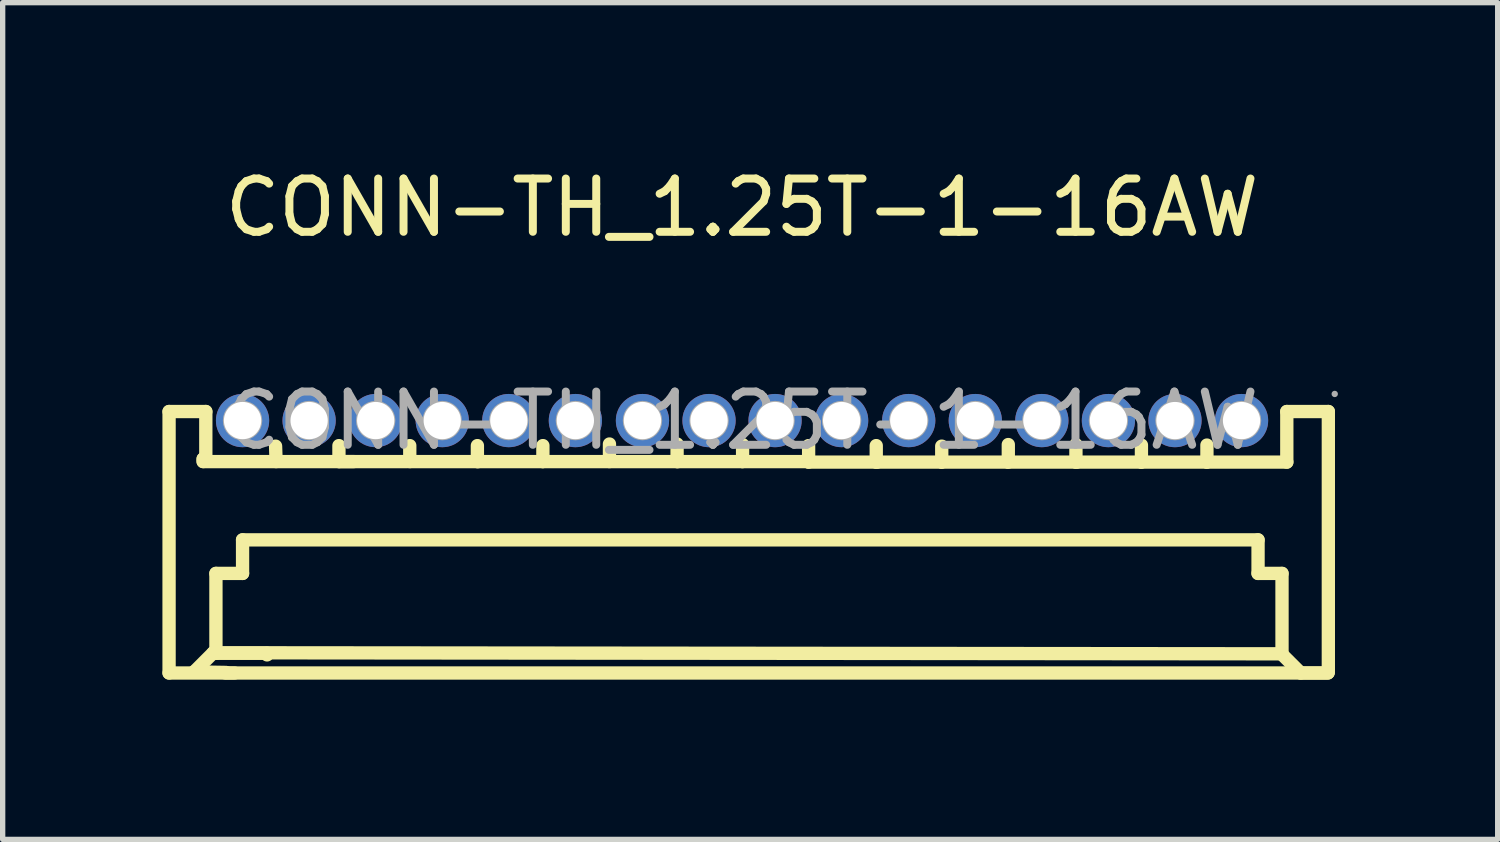
<source format=kicad_pcb>
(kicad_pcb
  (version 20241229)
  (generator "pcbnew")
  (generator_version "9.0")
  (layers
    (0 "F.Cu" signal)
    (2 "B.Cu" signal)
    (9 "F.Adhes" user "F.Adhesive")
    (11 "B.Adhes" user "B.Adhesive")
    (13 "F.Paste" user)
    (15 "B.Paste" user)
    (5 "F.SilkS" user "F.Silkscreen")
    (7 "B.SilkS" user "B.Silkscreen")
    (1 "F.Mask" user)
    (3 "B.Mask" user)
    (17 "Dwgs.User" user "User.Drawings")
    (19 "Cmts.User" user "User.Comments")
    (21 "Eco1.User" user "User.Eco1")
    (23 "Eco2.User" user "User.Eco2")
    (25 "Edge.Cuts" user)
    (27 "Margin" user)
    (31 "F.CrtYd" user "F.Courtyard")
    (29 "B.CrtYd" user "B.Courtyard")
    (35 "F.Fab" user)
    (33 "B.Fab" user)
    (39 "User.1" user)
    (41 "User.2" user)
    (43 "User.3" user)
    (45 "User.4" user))
  (footprint "CONN-TH_1.25T-1-16AW"
    (layer "F.Cu")
    (at 10.885 4.848)
    (property "Reference" "CONN-TH_1.25T-1-16AW" (at 0 -4 0) (layer "F.SilkS") (effects (font (size 1 1) (thickness 0.15))))
    (attr through_hole)
    (fp_line (start -10.76 -0.17) (end -10.07 -0.17) (stroke (width 0.25) (type solid)) (layer "F.SilkS"))
    (fp_line (start -10.76 4.74) (end -10.76 -0.17) (stroke (width 0.25) (type solid)) (layer "F.SilkS"))
    (fp_line (start -10.29 4.72) (end -9.69 4.73) (stroke (width 0.25) (type solid)) (layer "F.SilkS"))
    (fp_line (start -10.12 0.72) (end -10.12 0.77) (stroke (width 0.25) (type solid)) (layer "F.SilkS"))
    (fp_line (start -10.12 0.77) (end -7.29 0.77) (stroke (width 0.25) (type solid)) (layer "F.SilkS"))
    (fp_line (start -10.07 -0.17) (end -10.07 0.72) (stroke (width 0.25) (type solid)) (layer "F.SilkS"))
    (fp_line (start -10.07 0.72) (end -10.12 0.72) (stroke (width 0.25) (type solid)) (layer "F.SilkS"))
    (fp_line (start -9.93 4.36) (end -10.29 4.72) (stroke (width 0.25) (type solid)) (layer "F.SilkS"))
    (fp_line (start -9.88 2.87) (end -9.88 4.37) (stroke (width 0.25) (type solid)) (layer "F.SilkS"))
    (fp_line (start -9.88 4.37) (end -8.92 4.37) (stroke (width 0.25) (type solid)) (layer "F.SilkS"))
    (fp_line (start -9.53 4.74) (end -10.76 4.74) (stroke (width 0.25) (type solid)) (layer "F.SilkS"))
    (fp_line (start -9.38 2.24) (end -9.38 2.87) (stroke (width 0.25) (type solid)) (layer "F.SilkS"))
    (fp_line (start -9.38 2.87) (end -9.88 2.87) (stroke (width 0.25) (type solid)) (layer "F.SilkS"))
    (fp_line (start -8.92 4.37) (end -8.92 4.4) (stroke (width 0.25) (type solid)) (layer "F.SilkS"))
    (fp_line (start -8.75 0.77) (end -8.76 0.48) (stroke (width 0.25) (type solid)) (layer "F.SilkS"))
    (fp_line (start -7.57 0.77) (end -7.57 0.47) (stroke (width 0.25) (type solid)) (layer "F.SilkS"))
    (fp_line (start -6.28 0.77) (end -7.57 0.77) (stroke (width 0.25) (type solid)) (layer "F.SilkS"))
    (fp_line (start -6.24 0.77) (end -6.24 0.47) (stroke (width 0.25) (type solid)) (layer "F.SilkS"))
    (fp_line (start -4.97 0.77) (end -4.97 0.47) (stroke (width 0.25) (type solid)) (layer "F.SilkS"))
    (fp_line (start -4.95 0.77) (end -6.24 0.77) (stroke (width 0.25) (type solid)) (layer "F.SilkS"))
    (fp_line (start -3.75 0.77) (end -4.97 0.77) (stroke (width 0.25) (type solid)) (layer "F.SilkS"))
    (fp_line (start -3.74 0.77) (end -3.74 0.47) (stroke (width 0.25) (type solid)) (layer "F.SilkS"))
    (fp_line (start -2.52 0.77) (end -3.74 0.77) (stroke (width 0.25) (type solid)) (layer "F.SilkS"))
    (fp_line (start -2.49 0.77) (end -2.49 0.44) (stroke (width 0.25) (type solid)) (layer "F.SilkS"))
    (fp_line (start -1.22 0.77) (end -1.22 0.44) (stroke (width 0.25) (type solid)) (layer "F.SilkS"))
    (fp_line (start -1.2 0.77) (end -2.49 0.77) (stroke (width 0.25) (type solid)) (layer "F.SilkS"))
    (fp_line (start 0 0.77) (end -1.22 0.77) (stroke (width 0.25) (type solid)) (layer "F.SilkS"))
    (fp_line (start 0.01 0.77) (end 0.01 0.45) (stroke (width 0.25) (type solid)) (layer "F.SilkS"))
    (fp_line (start 1.23 0.77) (end 0.01 0.77) (stroke (width 0.25) (type solid)) (layer "F.SilkS"))
    (fp_line (start 1.25 0.78) (end 1.25 0.47) (stroke (width 0.25) (type solid)) (layer "F.SilkS"))
    (fp_line (start 2.52 0.78) (end 2.52 0.47) (stroke (width 0.25) (type solid)) (layer "F.SilkS"))
    (fp_line (start 2.54 0.78) (end 1.25 0.78) (stroke (width 0.25) (type solid)) (layer "F.SilkS"))
    (fp_line (start 3.74 0.78) (end 2.52 0.78) (stroke (width 0.25) (type solid)) (layer "F.SilkS"))
    (fp_line (start 3.75 0.78) (end 3.75 0.48) (stroke (width 0.25) (type solid)) (layer "F.SilkS"))
    (fp_line (start 4.97 0.78) (end 3.75 0.78) (stroke (width 0.25) (type solid)) (layer "F.SilkS"))
    (fp_line (start 5 0.78) (end 5 0.45) (stroke (width 0.25) (type solid)) (layer "F.SilkS"))
    (fp_line (start 6.27 0.78) (end 6.27 0.45) (stroke (width 0.25) (type solid)) (layer "F.SilkS"))
    (fp_line (start 6.29 0.78) (end 5 0.78) (stroke (width 0.25) (type solid)) (layer "F.SilkS"))
    (fp_line (start 7.49 0.78) (end 6.27 0.78) (stroke (width 0.25) (type solid)) (layer "F.SilkS"))
    (fp_line (start 7.5 0.78) (end 7.5 0.46) (stroke (width 0.25) (type solid)) (layer "F.SilkS"))
    (fp_line (start 8.72 0.78) (end 7.5 0.78) (stroke (width 0.25) (type solid)) (layer "F.SilkS"))
    (fp_line (start 8.73 0.78) (end 8.73 0.46) (stroke (width 0.25) (type solid)) (layer "F.SilkS"))
    (fp_line (start 9.69 2.24) (end -9.38 2.24) (stroke (width 0.25) (type solid)) (layer "F.SilkS"))
    (fp_line (start 9.69 2.87) (end 9.69 2.24) (stroke (width 0.25) (type solid)) (layer "F.SilkS"))
    (fp_line (start 10.13 4.38) (end -9.93 4.36) (stroke (width 0.25) (type solid)) (layer "F.SilkS"))
    (fp_line (start 10.13 4.38) (end 10.13 4.35) (stroke (width 0.25) (type solid)) (layer "F.SilkS"))
    (fp_line (start 10.14 2.87) (end 9.69 2.87) (stroke (width 0.25) (type solid)) (layer "F.SilkS"))
    (fp_line (start 10.14 4.34) (end 10.14 2.87) (stroke (width 0.25) (type solid)) (layer "F.SilkS"))
    (fp_line (start 10.23 -0.17) (end 10.23 0.78) (stroke (width 0.25) (type solid)) (layer "F.SilkS"))
    (fp_line (start 10.23 0.78) (end 8.73 0.78) (stroke (width 0.25) (type solid)) (layer "F.SilkS"))
    (fp_line (start 10.49 4.74) (end 10.13 4.38) (stroke (width 0.25) (type solid)) (layer "F.SilkS"))
    (fp_line (start 11 4.74) (end -9.7 4.74) (stroke (width 0.25) (type solid)) (layer "F.SilkS"))
    (fp_line (start 11 4.74) (end 10.49 4.74) (stroke (width 0.25) (type solid)) (layer "F.SilkS"))
    (fp_line (start 11.01 -0.17) (end 10.23 -0.17) (stroke (width 0.25) (type solid)) (layer "F.SilkS"))
    (fp_line (start 11.01 4.73) (end 11.01 -0.17) (stroke (width 0.25) (type solid)) (layer "F.SilkS"))
    (fp_circle (center -9.38 0) (end -9.26 0) (stroke (width 0.25) (type solid)) (fill no) (layer "F.Fab"))
    (fp_circle (center -8.13 0) (end -8.01 0) (stroke (width 0.25) (type solid)) (fill no) (layer "F.Fab"))
    (fp_circle (center -6.88 0) (end -6.76 0) (stroke (width 0.25) (type solid)) (fill no) (layer "F.Fab"))
    (fp_circle (center -5.63 0) (end -5.51 0) (stroke (width 0.25) (type solid)) (fill no) (layer "F.Fab"))
    (fp_circle (center -4.38 0) (end -4.26 0) (stroke (width 0.25) (type solid)) (fill no) (layer "F.Fab"))
    (fp_circle (center -3.13 0) (end -3.01 0) (stroke (width 0.25) (type solid)) (fill no) (layer "F.Fab"))
    (fp_circle (center -1.87 0) (end -1.75 0) (stroke (width 0.25) (type solid)) (fill no) (layer "F.Fab"))
    (fp_circle (center -0.62 0) (end -0.5 0) (stroke (width 0.25) (type solid)) (fill no) (layer "F.Fab"))
    (fp_circle (center 0.62 0) (end 0.74 0) (stroke (width 0.25) (type solid)) (fill no) (layer "F.Fab"))
    (fp_circle (center 1.87 0) (end 1.99 0) (stroke (width 0.25) (type solid)) (fill no) (layer "F.Fab"))
    (fp_circle (center 3.13 0) (end 3.25 0) (stroke (width 0.25) (type solid)) (fill no) (layer "F.Fab"))
    (fp_circle (center 4.38 0) (end 4.5 0) (stroke (width 0.25) (type solid)) (fill no) (layer "F.Fab"))
    (fp_circle (center 5.63 0) (end 5.75 0) (stroke (width 0.25) (type solid)) (fill no) (layer "F.Fab"))
    (fp_circle (center 6.88 0) (end 7 0) (stroke (width 0.25) (type solid)) (fill no) (layer "F.Fab"))
    (fp_circle (center 8.13 0) (end 8.25 0) (stroke (width 0.25) (type solid)) (fill no) (layer "F.Fab"))
    (fp_circle (center 9.38 0) (end 9.5 0) (stroke (width 0.25) (type solid)) (fill no) (layer "F.Fab"))
    (fp_circle (center 11.13 -0.5) (end 11.16 -0.5) (stroke (width 0.06) (type solid)) (fill no) (layer "F.Fab"))
    (fp_text user "${REFERENCE}" (at 0 0 0) (layer "F.Fab") (effects (font (size 1 1) (thickness 0.15))))
    (pad "1" thru_hole circle (at 9.38 0 180) (size 1 1) (drill 0.7) (layers "*.Cu" "*.Paste" "*.Mask"))
    (pad "2" thru_hole circle (at 8.13 0 180) (size 1 1) (drill 0.7) (layers "*.Cu" "*.Paste" "*.Mask"))
    (pad "3" thru_hole circle (at 6.88 0 180) (size 1 1) (drill 0.7) (layers "*.Cu" "*.Paste" "*.Mask"))
    (pad "4" thru_hole circle (at 5.63 0 180) (size 1 1) (drill 0.7) (layers "*.Cu" "*.Paste" "*.Mask"))
    (pad "5" thru_hole circle (at 4.38 0 180) (size 1 1) (drill 0.7) (layers "*.Cu" "*.Paste" "*.Mask"))
    (pad "6" thru_hole circle (at 3.13 0 180) (size 1 1) (drill 0.7) (layers "*.Cu" "*.Paste" "*.Mask"))
    (pad "7" thru_hole circle (at 1.87 0 180) (size 1 1) (drill 0.7) (layers "*.Cu" "*.Paste" "*.Mask"))
    (pad "8" thru_hole circle (at 0.62 0 180) (size 1 1) (drill 0.7) (layers "*.Cu" "*.Paste" "*.Mask"))
    (pad "9" thru_hole circle (at -0.62 0 180) (size 1 1) (drill 0.7) (layers "*.Cu" "*.Paste" "*.Mask"))
    (pad "10" thru_hole circle (at -1.87 0 180) (size 1 1) (drill 0.7) (layers "*.Cu" "*.Paste" "*.Mask"))
    (pad "11" thru_hole circle (at -3.13 0 180) (size 1 1) (drill 0.7) (layers "*.Cu" "*.Paste" "*.Mask"))
    (pad "12" thru_hole circle (at -4.38 0 180) (size 1 1) (drill 0.7) (layers "*.Cu" "*.Paste" "*.Mask"))
    (pad "13" thru_hole circle (at -5.63 0 180) (size 1 1) (drill 0.7) (layers "*.Cu" "*.Paste" "*.Mask"))
    (pad "14" thru_hole circle (at -6.88 0 180) (size 1 1) (drill 0.7) (layers "*.Cu" "*.Paste" "*.Mask"))
    (pad "15" thru_hole circle (at -8.13 0 180) (size 1 1) (drill 0.7) (layers "*.Cu" "*.Paste" "*.Mask"))
    (pad "16" thru_hole circle (at -9.38 0 180) (size 1 1) (drill 0.7) (layers "*.Cu" "*.Paste" "*.Mask")))
  (gr_rect
    (start -3 -3)
    (end 25.075 12.713)
    (stroke (width 0.1) (type default))
    (fill no)
    (layer "Edge.Cuts")))
</source>
